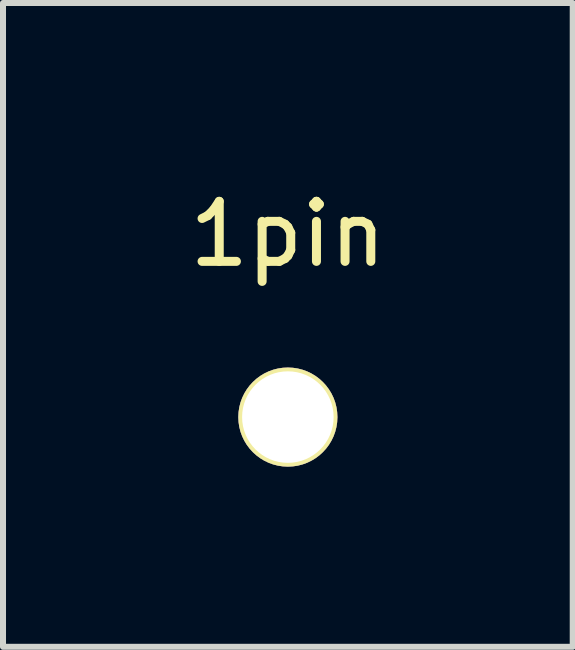
<source format=kicad_pcb>
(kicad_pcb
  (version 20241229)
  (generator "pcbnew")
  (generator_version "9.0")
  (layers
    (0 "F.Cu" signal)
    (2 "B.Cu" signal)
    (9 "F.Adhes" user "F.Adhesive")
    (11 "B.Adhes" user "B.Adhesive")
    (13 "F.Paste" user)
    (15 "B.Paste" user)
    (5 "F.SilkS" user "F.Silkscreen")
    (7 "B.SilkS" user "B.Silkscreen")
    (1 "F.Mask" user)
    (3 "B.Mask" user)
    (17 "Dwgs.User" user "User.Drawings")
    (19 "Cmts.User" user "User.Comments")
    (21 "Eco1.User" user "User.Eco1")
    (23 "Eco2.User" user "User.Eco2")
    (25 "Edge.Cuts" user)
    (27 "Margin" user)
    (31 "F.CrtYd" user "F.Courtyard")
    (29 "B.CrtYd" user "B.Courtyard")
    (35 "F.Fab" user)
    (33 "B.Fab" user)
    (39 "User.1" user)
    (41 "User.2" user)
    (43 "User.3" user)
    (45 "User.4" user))
  (footprint "1pin"
    (layer "F.Cu")
    (at 1.744 3.896)
    (property "Reference" "1pin" (at 0 -3.048 0) (layer "F.SilkS") (effects (font (size 1 1) (thickness 0.15))))
    (attr through_hole)
    (pad "" thru_hole circle (at 0 0) (size 1.651 1.651) (drill 1.524) (layers "*.Cu" "*.Mask" "F.SilkS")))
  (gr_rect
    (start -3 -3)
    (end 6.488 7.722)
    (stroke (width 0.1) (type default))
    (fill no)
    (layer "Edge.Cuts")))
</source>
